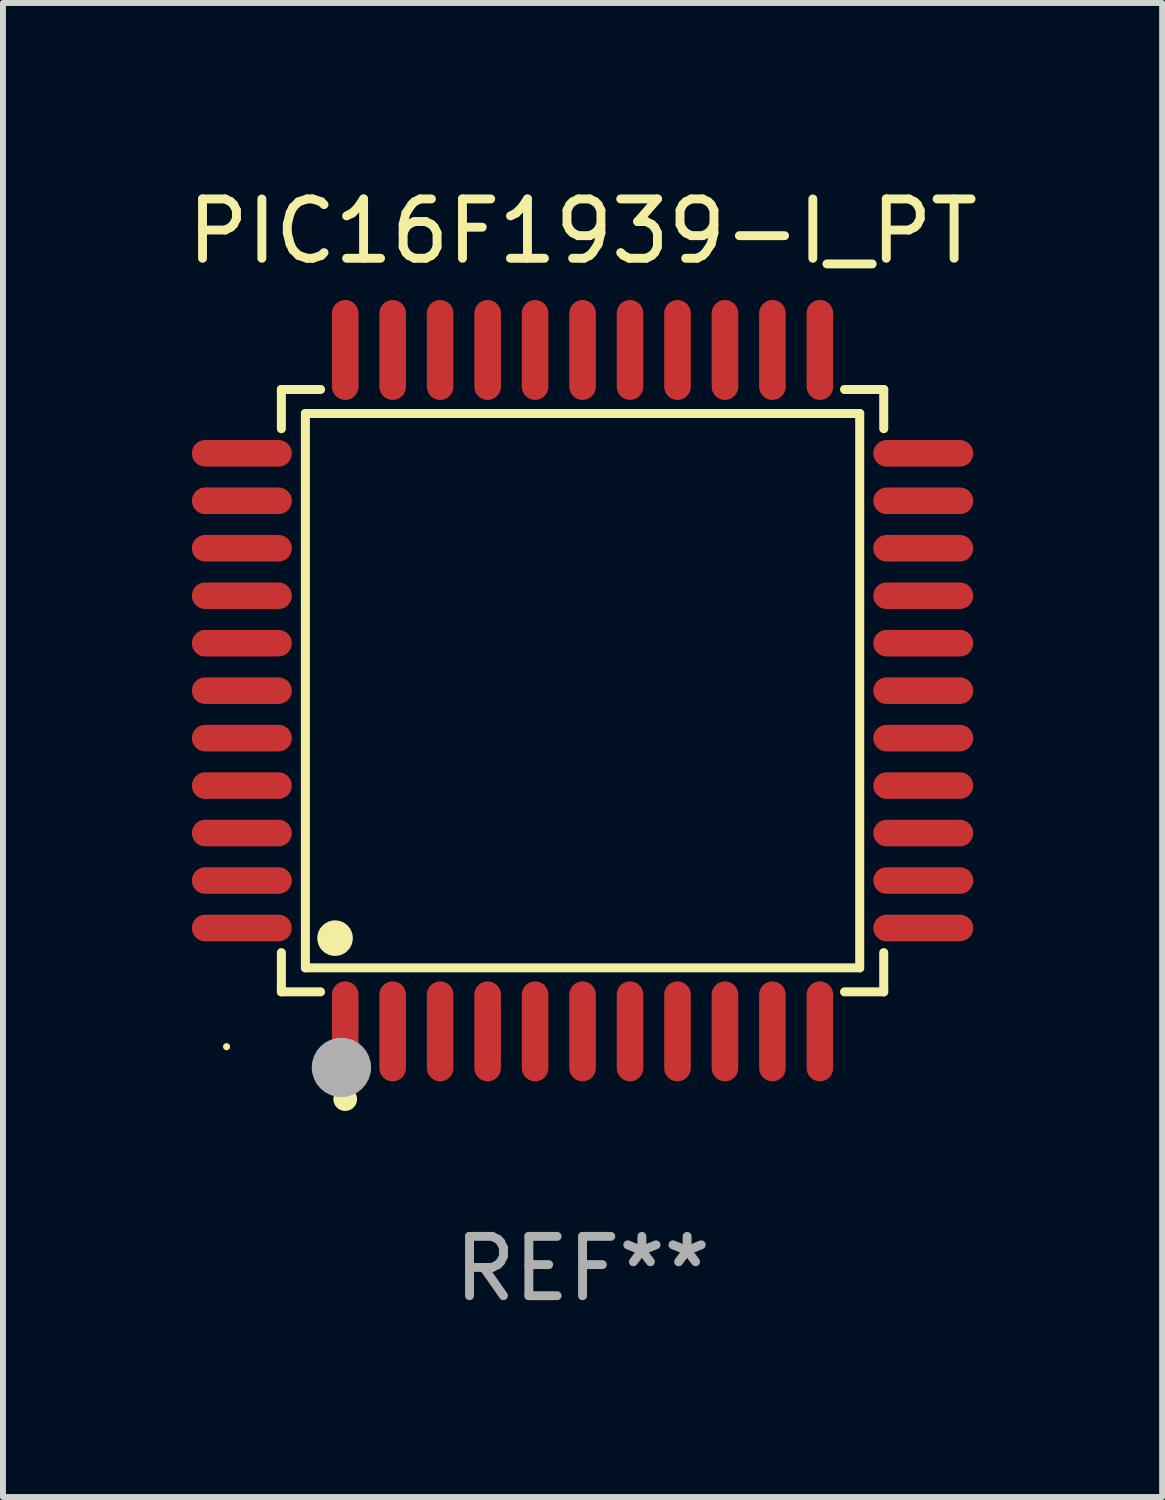
<source format=kicad_pcb>
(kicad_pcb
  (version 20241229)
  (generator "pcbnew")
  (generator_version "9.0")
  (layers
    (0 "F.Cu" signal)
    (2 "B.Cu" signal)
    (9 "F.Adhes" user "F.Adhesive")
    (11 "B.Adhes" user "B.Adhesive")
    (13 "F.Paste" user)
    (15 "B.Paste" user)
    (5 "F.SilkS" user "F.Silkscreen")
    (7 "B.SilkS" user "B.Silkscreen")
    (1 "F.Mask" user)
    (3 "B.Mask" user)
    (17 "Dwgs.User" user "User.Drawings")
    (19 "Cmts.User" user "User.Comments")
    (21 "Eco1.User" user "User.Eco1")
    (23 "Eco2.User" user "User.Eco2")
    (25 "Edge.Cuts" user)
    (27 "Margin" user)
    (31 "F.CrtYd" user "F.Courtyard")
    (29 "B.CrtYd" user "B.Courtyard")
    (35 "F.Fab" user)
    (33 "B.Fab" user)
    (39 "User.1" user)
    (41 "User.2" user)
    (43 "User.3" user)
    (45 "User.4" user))
  (footprint "PIC16F1939-I_PT"
    (layer "F.Cu")
    (at 6.768 8.59)
    (property "Reference" "PIC16F1939-I_PT" (at 0 -7.742 0) (layer "F.SilkS") (effects (font (size 1 1) (thickness 0.15))))
    (attr through_hole)
    (fp_line (start -5.076 -5.076) (end -4.415 -5.076) (stroke (width 0.152) (type solid)) (layer "F.SilkS"))
    (fp_line (start -5.076 -4.415) (end -5.076 -5.076) (stroke (width 0.152) (type solid)) (layer "F.SilkS"))
    (fp_line (start -5.076 4.415) (end -5.076 5.076) (stroke (width 0.152) (type solid)) (layer "F.SilkS"))
    (fp_line (start -5.076 5.076) (end -4.415 5.076) (stroke (width 0.152) (type solid)) (layer "F.SilkS"))
    (fp_line (start -4.671 -4.671) (end 4.671 -4.671) (stroke (width 0.152) (type solid)) (layer "F.SilkS"))
    (fp_line (start -4.671 4.671) (end -4.671 -4.671) (stroke (width 0.152) (type solid)) (layer "F.SilkS"))
    (fp_line (start 4.671 -4.671) (end 4.671 4.671) (stroke (width 0.152) (type solid)) (layer "F.SilkS"))
    (fp_line (start 4.671 4.671) (end -4.671 4.671) (stroke (width 0.152) (type solid)) (layer "F.SilkS"))
    (fp_line (start 5.076 -5.076) (end 4.415 -5.076) (stroke (width 0.152) (type solid)) (layer "F.SilkS"))
    (fp_line (start 5.076 -4.415) (end 5.076 -5.076) (stroke (width 0.152) (type solid)) (layer "F.SilkS"))
    (fp_line (start 5.076 4.415) (end 5.076 5.076) (stroke (width 0.152) (type solid)) (layer "F.SilkS"))
    (fp_line (start 5.076 5.076) (end 4.415 5.076) (stroke (width 0.152) (type solid)) (layer "F.SilkS"))
    (fp_circle (center -6 6) (end -5.97 6) (stroke (width 0.06) (type solid)) (fill no) (layer "F.SilkS"))
    (fp_circle (center -4.171 4.171) (end -4.021 4.171) (stroke (width 0.3) (type solid)) (fill no) (layer "F.SilkS"))
    (fp_circle (center -4 6.884) (end -3.9 6.884) (stroke (width 0.2) (type solid)) (fill no) (layer "F.SilkS"))
    (fp_circle (center -4.064 6.35) (end -3.814 6.35) (stroke (width 0.5) (type solid)) (fill no) (layer "F.Fab"))
    (fp_text user "REF**" (at 0 9.742 0) (layer "F.Fab") (effects (font (size 1 1) (thickness 0.15))))
    (pad "1" smd oval (at -4 5.742) (size 0.448 1.684) (layers "F.Cu" "F.Mask" "F.Paste"))
    (pad "2" smd oval (at -3.2 5.742) (size 0.448 1.684) (layers "F.Cu" "F.Mask" "F.Paste"))
    (pad "3" smd oval (at -2.4 5.742) (size 0.448 1.684) (layers "F.Cu" "F.Mask" "F.Paste"))
    (pad "4" smd oval (at -1.6 5.742) (size 0.448 1.684) (layers "F.Cu" "F.Mask" "F.Paste"))
    (pad "5" smd oval (at -0.8 5.742) (size 0.448 1.684) (layers "F.Cu" "F.Mask" "F.Paste"))
    (pad "6" smd oval (at 0 5.742) (size 0.448 1.684) (layers "F.Cu" "F.Mask" "F.Paste"))
    (pad "7" smd oval (at 0.8 5.742) (size 0.448 1.684) (layers "F.Cu" "F.Mask" "F.Paste"))
    (pad "8" smd oval (at 1.6 5.742) (size 0.448 1.684) (layers "F.Cu" "F.Mask" "F.Paste"))
    (pad "9" smd oval (at 2.4 5.742) (size 0.448 1.684) (layers "F.Cu" "F.Mask" "F.Paste"))
    (pad "10" smd oval (at 3.2 5.742) (size 0.448 1.684) (layers "F.Cu" "F.Mask" "F.Paste"))
    (pad "11" smd oval (at 4 5.742) (size 0.448 1.684) (layers "F.Cu" "F.Mask" "F.Paste"))
    (pad "12" smd oval (at 5.742 4) (size 1.684 0.448) (layers "F.Cu" "F.Mask" "F.Paste"))
    (pad "13" smd oval (at 5.742 3.2) (size 1.684 0.448) (layers "F.Cu" "F.Mask" "F.Paste"))
    (pad "14" smd oval (at 5.742 2.4) (size 1.684 0.448) (layers "F.Cu" "F.Mask" "F.Paste"))
    (pad "15" smd oval (at 5.742 1.6) (size 1.684 0.448) (layers "F.Cu" "F.Mask" "F.Paste"))
    (pad "16" smd oval (at 5.742 0.8) (size 1.684 0.448) (layers "F.Cu" "F.Mask" "F.Paste"))
    (pad "17" smd oval (at 5.742 0) (size 1.684 0.448) (layers "F.Cu" "F.Mask" "F.Paste"))
    (pad "18" smd oval (at 5.742 -0.8) (size 1.684 0.448) (layers "F.Cu" "F.Mask" "F.Paste"))
    (pad "19" smd oval (at 5.742 -1.6) (size 1.684 0.448) (layers "F.Cu" "F.Mask" "F.Paste"))
    (pad "20" smd oval (at 5.742 -2.4) (size 1.684 0.448) (layers "F.Cu" "F.Mask" "F.Paste"))
    (pad "21" smd oval (at 5.742 -3.2) (size 1.684 0.448) (layers "F.Cu" "F.Mask" "F.Paste"))
    (pad "22" smd oval (at 5.742 -4) (size 1.684 0.448) (layers "F.Cu" "F.Mask" "F.Paste"))
    (pad "23" smd oval (at 4 -5.742) (size 0.448 1.684) (layers "F.Cu" "F.Mask" "F.Paste"))
    (pad "24" smd oval (at 3.2 -5.742) (size 0.448 1.684) (layers "F.Cu" "F.Mask" "F.Paste"))
    (pad "25" smd oval (at 2.4 -5.742) (size 0.448 1.684) (layers "F.Cu" "F.Mask" "F.Paste"))
    (pad "26" smd oval (at 1.6 -5.742) (size 0.448 1.684) (layers "F.Cu" "F.Mask" "F.Paste"))
    (pad "27" smd oval (at 0.8 -5.742) (size 0.448 1.684) (layers "F.Cu" "F.Mask" "F.Paste"))
    (pad "28" smd oval (at 0 -5.742) (size 0.448 1.684) (layers "F.Cu" "F.Mask" "F.Paste"))
    (pad "29" smd oval (at -0.8 -5.742) (size 0.448 1.684) (layers "F.Cu" "F.Mask" "F.Paste"))
    (pad "30" smd oval (at -1.6 -5.742) (size 0.448 1.684) (layers "F.Cu" "F.Mask" "F.Paste"))
    (pad "31" smd oval (at -2.4 -5.742) (size 0.448 1.684) (layers "F.Cu" "F.Mask" "F.Paste"))
    (pad "32" smd oval (at -3.2 -5.742) (size 0.448 1.684) (layers "F.Cu" "F.Mask" "F.Paste"))
    (pad "33" smd oval (at -4 -5.742) (size 0.448 1.684) (layers "F.Cu" "F.Mask" "F.Paste"))
    (pad "34" smd oval (at -5.742 -4) (size 1.684 0.448) (layers "F.Cu" "F.Mask" "F.Paste"))
    (pad "35" smd oval (at -5.742 -3.2) (size 1.684 0.448) (layers "F.Cu" "F.Mask" "F.Paste"))
    (pad "36" smd oval (at -5.742 -2.4) (size 1.684 0.448) (layers "F.Cu" "F.Mask" "F.Paste"))
    (pad "37" smd oval (at -5.742 -1.6) (size 1.684 0.448) (layers "F.Cu" "F.Mask" "F.Paste"))
    (pad "38" smd oval (at -5.742 -0.8) (size 1.684 0.448) (layers "F.Cu" "F.Mask" "F.Paste"))
    (pad "39" smd oval (at -5.742 0) (size 1.684 0.448) (layers "F.Cu" "F.Mask" "F.Paste"))
    (pad "40" smd oval (at -5.742 0.8) (size 1.684 0.448) (layers "F.Cu" "F.Mask" "F.Paste"))
    (pad "41" smd oval (at -5.742 1.6) (size 1.684 0.448) (layers "F.Cu" "F.Mask" "F.Paste"))
    (pad "42" smd oval (at -5.742 2.4) (size 1.684 0.448) (layers "F.Cu" "F.Mask" "F.Paste"))
    (pad "43" smd oval (at -5.742 3.2) (size 1.684 0.448) (layers "F.Cu" "F.Mask" "F.Paste"))
    (pad "44" smd oval (at -5.742 4) (size 1.684 0.448) (layers "F.Cu" "F.Mask" "F.Paste")))
  (gr_rect
    (start -3 -3)
    (end 16.536 22.18)
    (stroke (width 0.1) (type default))
    (fill no)
    (layer "Edge.Cuts")))
</source>
